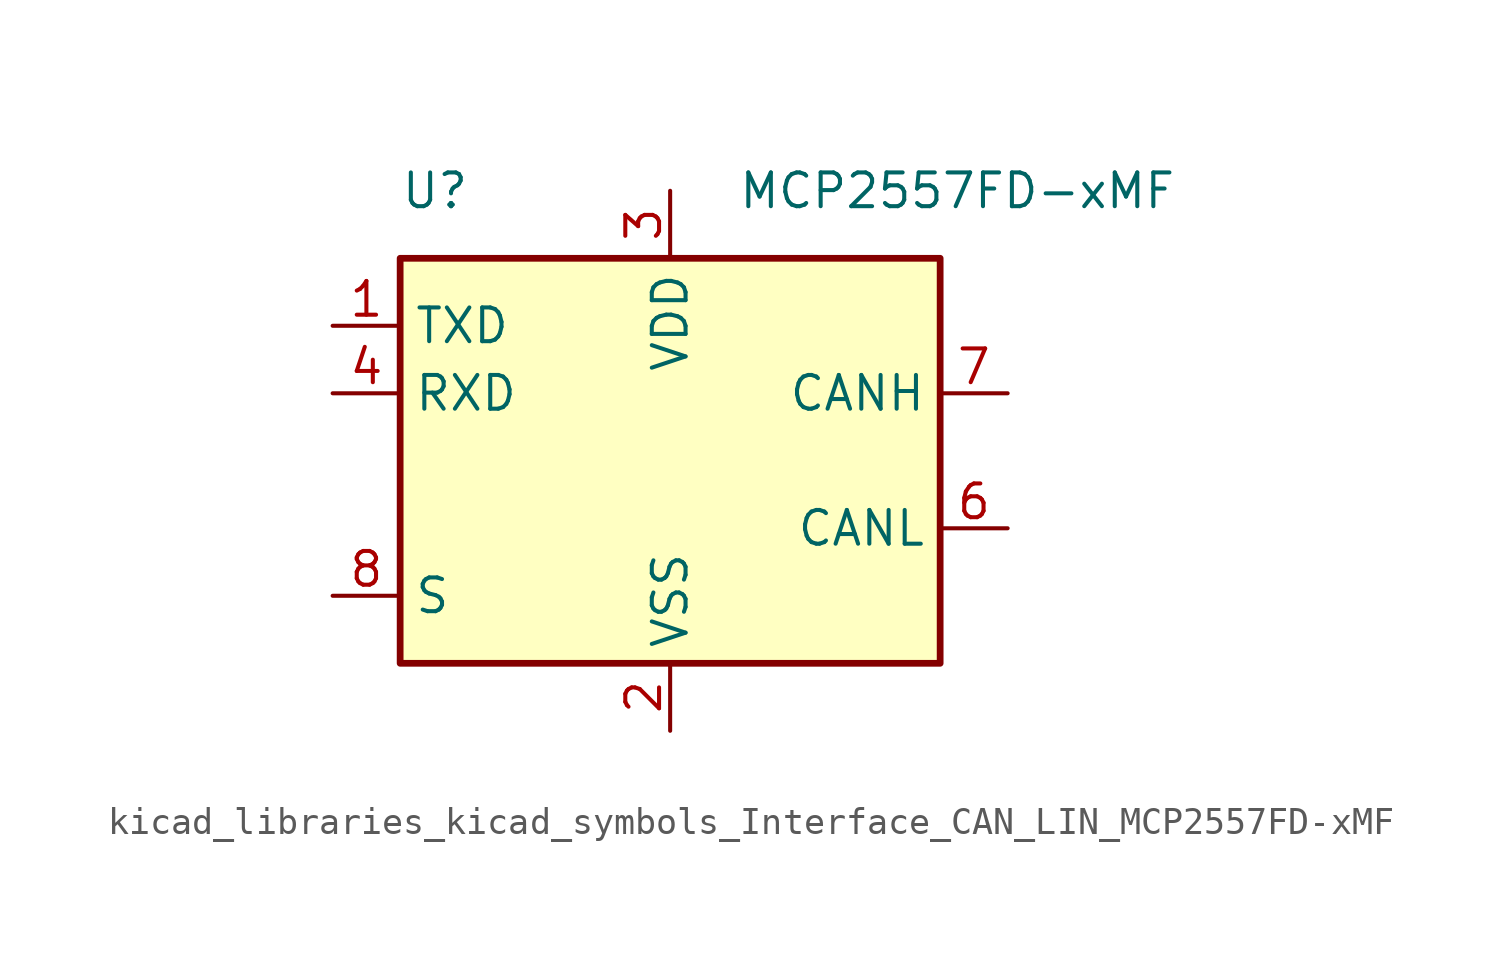
<source format=kicad_sym>
(kicad_symbol_lib
  (version 20220914)
  (generator kicad_symbol_editor)
  (symbol "kicad_libraries_kicad_symbols_Interface_CAN_LIN_MCP2557FD-xMF"
    (property "Reference" "U"
      (at -10.16 10.16 0)
      (effects (font (size 1.27 1.27)) (justify left)))
    (property "Value" "MCP2557FD-xMF"
      (at 2.54 10.16 0)
      (effects (font (size 1.27 1.27)) (justify left)))
    (symbol "kicad_libraries_kicad_symbols_Interface_CAN_LIN_MCP2557FD-xMF_0_1"
      (rectangle (start -10.16 7.62) (end 10.16 -7.62) (stroke (width 0.254) (type default)) (fill (type background))))
    (symbol "kicad_libraries_kicad_symbols_Interface_CAN_LIN_MCP2557FD-xMF_1_1"
      (pin input line (at -12.7 5.08 0) (length 2.54) (name "TXD" (effects (font (size 1.27 1.27)))) (number "1" (effects (font (size 1.27 1.27)))))
      (pin power_in line (at 0 -10.16 90) (length 2.54) (name "VSS" (effects (font (size 1.27 1.27)))) (number "2" (effects (font (size 1.27 1.27)))))
      (pin power_in line (at 0 10.16 270) (length 2.54) (name "VDD" (effects (font (size 1.27 1.27)))) (number "3" (effects (font (size 1.27 1.27)))))
      (pin output line (at -12.7 2.54 0) (length 2.54) (name "RXD" (effects (font (size 1.27 1.27)))) (number "4" (effects (font (size 1.27 1.27)))))
      (pin no_connect line (at -10.16 -2.54 0) (length 2.54) hide (name "NC" (effects (font (size 1.27 1.27)))) (number "5" (effects (font (size 1.27 1.27)))))
      (pin bidirectional line (at 12.7 -2.54 180) (length 2.54) (name "CANL" (effects (font (size 1.27 1.27)))) (number "6" (effects (font (size 1.27 1.27)))))
      (pin bidirectional line (at 12.7 2.54 180) (length 2.54) (name "CANH" (effects (font (size 1.27 1.27)))) (number "7" (effects (font (size 1.27 1.27)))))
      (pin input line (at -12.7 -5.08 0) (length 2.54) (name "S" (effects (font (size 1.27 1.27)))) (number "8" (effects (font (size 1.27 1.27)))))
      (pin passive line (at 0 -10.16 90) (length 2.54) hide (name "VSS" (effects (font (size 1.27 1.27)))) (number "9" (effects (font (size 1.27 1.27))))))))
</source>
